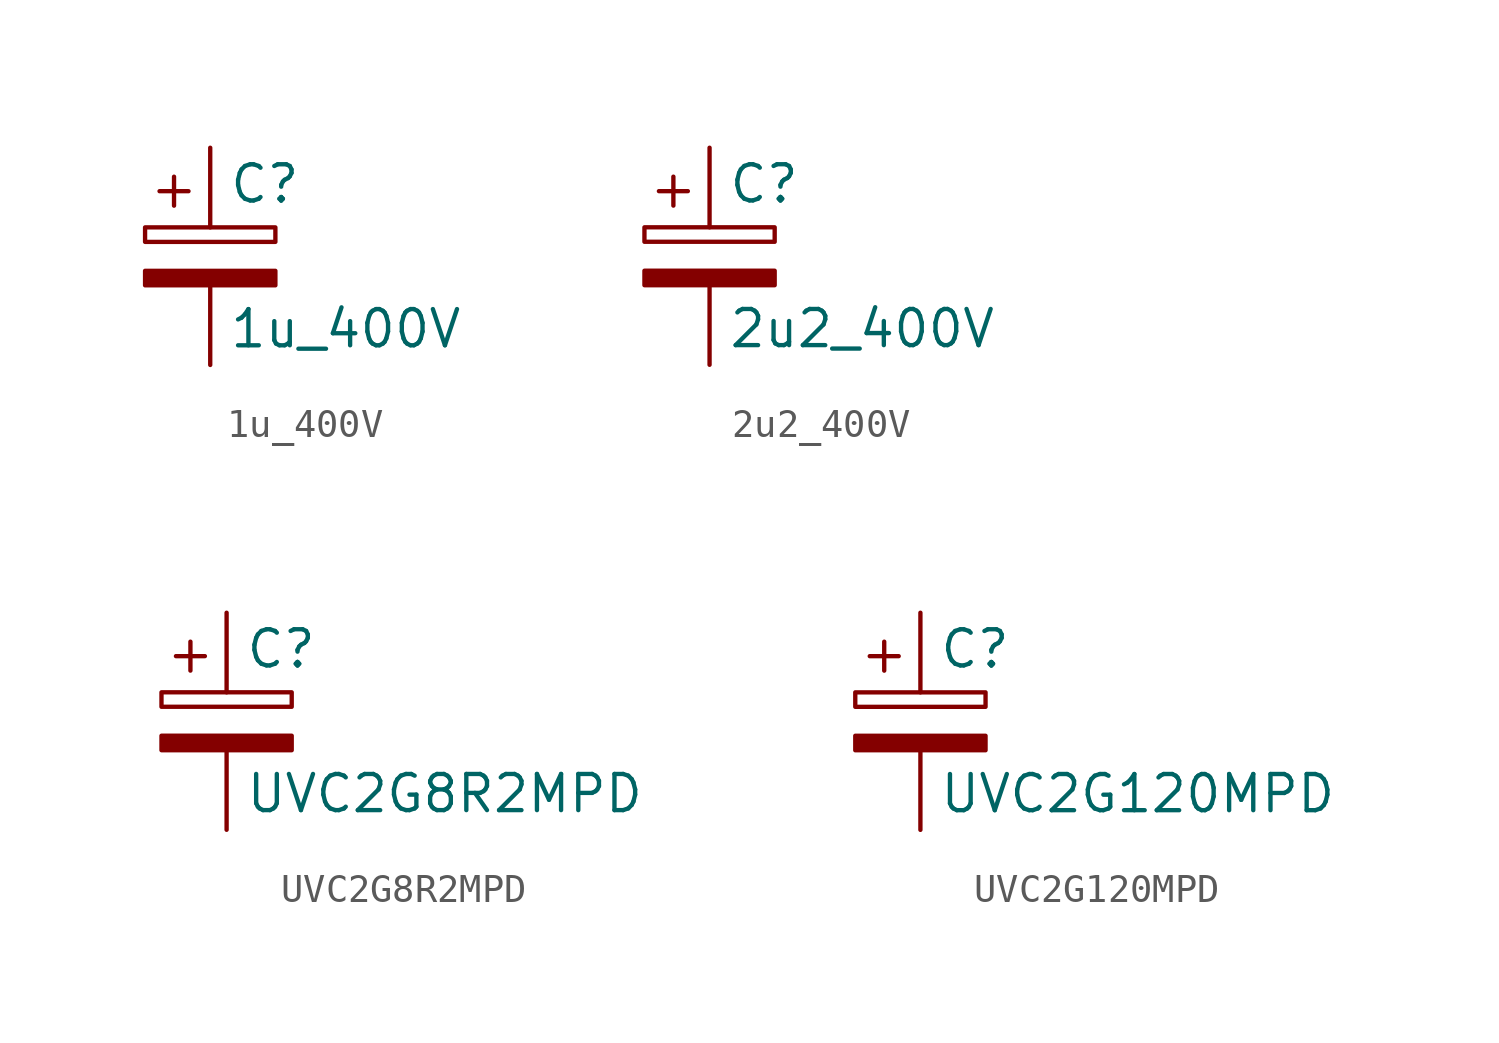
<source format=kicad_sym>
(kicad_symbol_lib
  (version 20220914)
  (generator kicad_db_lib)
  (symbol "1u_400V"
    (pin_numbers hide)
    (pin_names
      (offset 0.254))
    (property "Reference" "C"
      (at 0.635 2.54 0)
      (effects (font (size 1.27 1.27)) (justify left)))
    (property "Value" "1u_400V"
      (at 0.635 -2.54 0)
      (effects (font (size 1.27 1.27)) (justify left)))
    (symbol "1u_400V_0_1"
      (rectangle (start -2.286 0.508) (end 2.286 1.016) (stroke (width 0) (type default)) (fill (type none)))
      (polyline (pts (xy -1.778 2.286) (xy -0.762 2.286)) (stroke (width 0) (type default)) (fill (type none)))
      (polyline (pts (xy -1.27 2.794) (xy -1.27 1.778)) (stroke (width 0) (type default)) (fill (type none)))
      (rectangle (start 2.286 -0.508) (end -2.286 -1.016) (stroke (width 0) (type default)) (fill (type outline))))
    (symbol "1u_400V_1_1"
      (pin passive line (at 0 3.81 270) (length 2.794) (name "~" (effects (font (size 1.27 1.27)))) (number "1" (effects (font (size 1.27 1.27)))))
      (pin passive line (at 0 -3.81 90) (length 2.794) (name "~" (effects (font (size 1.27 1.27)))) (number "2" (effects (font (size 1.27 1.27)))))))
  (symbol "2u2_400V"
    (pin_numbers hide)
    (pin_names
      (offset 0.254))
    (property "Reference" "C"
      (at 0.635 2.54 0)
      (effects (font (size 1.27 1.27)) (justify left)))
    (property "Value" "2u2_400V"
      (at 0.635 -2.54 0)
      (effects (font (size 1.27 1.27)) (justify left)))
    (symbol "2u2_400V_0_1"
      (rectangle (start -2.286 0.508) (end 2.286 1.016) (stroke (width 0) (type default)) (fill (type none)))
      (polyline (pts (xy -1.778 2.286) (xy -0.762 2.286)) (stroke (width 0) (type default)) (fill (type none)))
      (polyline (pts (xy -1.27 2.794) (xy -1.27 1.778)) (stroke (width 0) (type default)) (fill (type none)))
      (rectangle (start 2.286 -0.508) (end -2.286 -1.016) (stroke (width 0) (type default)) (fill (type outline))))
    (symbol "2u2_400V_1_1"
      (pin passive line (at 0 3.81 270) (length 2.794) (name "~" (effects (font (size 1.27 1.27)))) (number "1" (effects (font (size 1.27 1.27)))))
      (pin passive line (at 0 -3.81 90) (length 2.794) (name "~" (effects (font (size 1.27 1.27)))) (number "2" (effects (font (size 1.27 1.27)))))))
  (symbol "UVC2G8R2MPD"
    (pin_numbers hide)
    (pin_names
      (offset 0.254))
    (property "Reference" "C"
      (at 0.635 2.54 0)
      (effects (font (size 1.27 1.27)) (justify left)))
    (property "Value" "UVC2G8R2MPD"
      (at 0.635 -2.54 0)
      (effects (font (size 1.27 1.27)) (justify left)))
    (symbol "UVC2G8R2MPD_0_1"
      (rectangle (start -2.286 0.508) (end 2.286 1.016) (stroke (width 0) (type default)) (fill (type none)))
      (polyline (pts (xy -1.778 2.286) (xy -0.762 2.286)) (stroke (width 0) (type default)) (fill (type none)))
      (polyline (pts (xy -1.27 2.794) (xy -1.27 1.778)) (stroke (width 0) (type default)) (fill (type none)))
      (rectangle (start 2.286 -0.508) (end -2.286 -1.016) (stroke (width 0) (type default)) (fill (type outline))))
    (symbol "UVC2G8R2MPD_1_1"
      (pin passive line (at 0 3.81 270) (length 2.794) (name "~" (effects (font (size 1.27 1.27)))) (number "1" (effects (font (size 1.27 1.27)))))
      (pin passive line (at 0 -3.81 90) (length 2.794) (name "~" (effects (font (size 1.27 1.27)))) (number "2" (effects (font (size 1.27 1.27)))))))
  (symbol "UVC2G120MPD"
    (pin_numbers hide)
    (pin_names
      (offset 0.254))
    (property "Reference" "C"
      (at 0.635 2.54 0)
      (effects (font (size 1.27 1.27)) (justify left)))
    (property "Value" "UVC2G120MPD"
      (at 0.635 -2.54 0)
      (effects (font (size 1.27 1.27)) (justify left)))
    (symbol "UVC2G120MPD_0_1"
      (rectangle (start -2.286 0.508) (end 2.286 1.016) (stroke (width 0) (type default)) (fill (type none)))
      (polyline (pts (xy -1.778 2.286) (xy -0.762 2.286)) (stroke (width 0) (type default)) (fill (type none)))
      (polyline (pts (xy -1.27 2.794) (xy -1.27 1.778)) (stroke (width 0) (type default)) (fill (type none)))
      (rectangle (start 2.286 -0.508) (end -2.286 -1.016) (stroke (width 0) (type default)) (fill (type outline))))
    (symbol "UVC2G120MPD_1_1"
      (pin passive line (at 0 3.81 270) (length 2.794) (name "~" (effects (font (size 1.27 1.27)))) (number "1" (effects (font (size 1.27 1.27)))))
      (pin passive line (at 0 -3.81 90) (length 2.794) (name "~" (effects (font (size 1.27 1.27)))) (number "2" (effects (font (size 1.27 1.27))))))))
</source>
